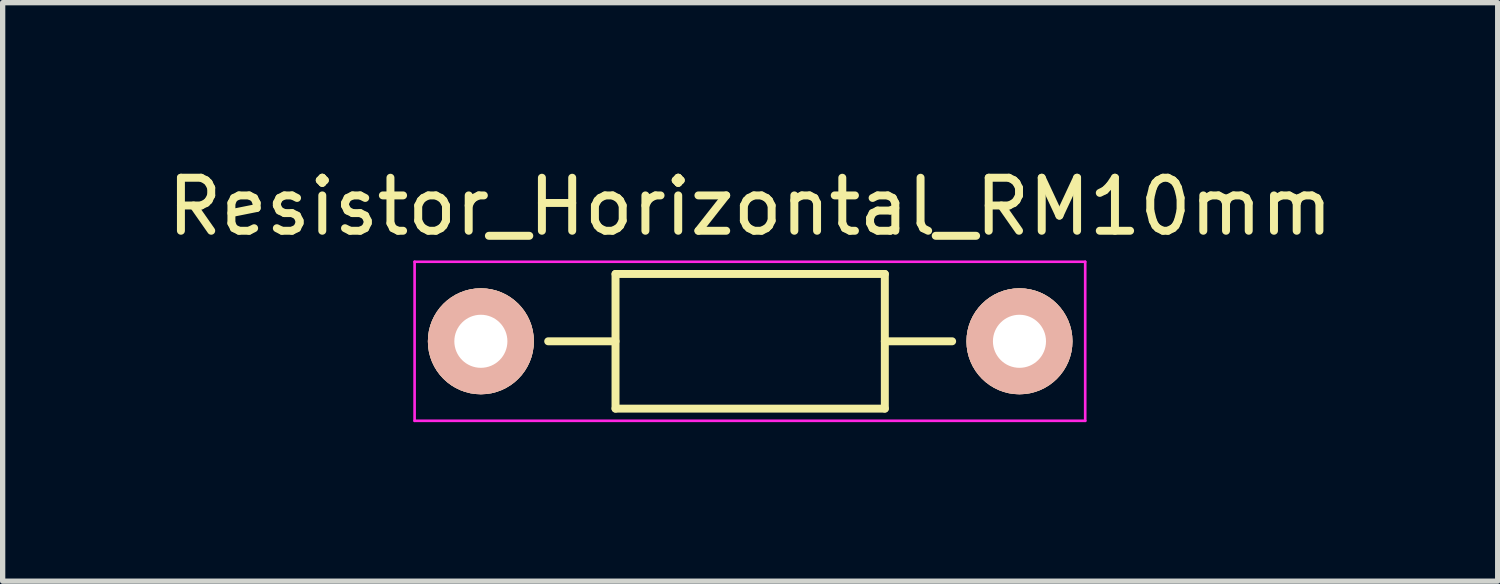
<source format=kicad_pcb>
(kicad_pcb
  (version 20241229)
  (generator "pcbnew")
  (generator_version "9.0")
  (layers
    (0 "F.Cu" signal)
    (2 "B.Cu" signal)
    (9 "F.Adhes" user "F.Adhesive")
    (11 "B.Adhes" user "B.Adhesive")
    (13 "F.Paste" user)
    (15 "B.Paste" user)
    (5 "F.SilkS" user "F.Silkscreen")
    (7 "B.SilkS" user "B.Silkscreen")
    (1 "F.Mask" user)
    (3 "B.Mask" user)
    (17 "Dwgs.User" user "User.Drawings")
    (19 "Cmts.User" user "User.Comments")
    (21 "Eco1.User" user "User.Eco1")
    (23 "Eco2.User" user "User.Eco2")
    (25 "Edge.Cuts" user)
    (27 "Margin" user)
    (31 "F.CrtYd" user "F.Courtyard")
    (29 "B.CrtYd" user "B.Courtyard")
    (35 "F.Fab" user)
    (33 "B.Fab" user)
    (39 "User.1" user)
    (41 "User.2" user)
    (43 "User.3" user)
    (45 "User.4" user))
  (footprint "Resistor_Horizontal_RM10mm"
    (layer "F.Cu")
    (at 6.021 3.388)
    (property "Reference" "Resistor_Horizontal_RM10mm" (at 5.08 -2.54 0) (layer "F.SilkS") (effects (font (size 1 1) (thickness 0.15))))
    (attr through_hole)
    (fp_line (start 2.54 -1.27) (end 7.62 -1.27) (stroke (width 0.15) (type solid)) (layer "F.SilkS"))
    (fp_line (start 2.54 0) (end 1.27 0) (stroke (width 0.15) (type solid)) (layer "F.SilkS"))
    (fp_line (start 2.54 1.27) (end 2.54 -1.27) (stroke (width 0.15) (type solid)) (layer "F.SilkS"))
    (fp_line (start 7.62 -1.27) (end 7.62 1.27) (stroke (width 0.15) (type solid)) (layer "F.SilkS"))
    (fp_line (start 7.62 0) (end 8.89 0) (stroke (width 0.15) (type solid)) (layer "F.SilkS"))
    (fp_line (start 7.62 1.27) (end 2.54 1.27) (stroke (width 0.15) (type solid)) (layer "F.SilkS"))
    (fp_line (start -1.25 -1.5) (end 11.4 -1.5) (stroke (width 0.05) (type solid)) (layer "F.CrtYd"))
    (fp_line (start -1.25 1.5) (end -1.25 -1.5) (stroke (width 0.05) (type solid)) (layer "F.CrtYd"))
    (fp_line (start -1.25 1.5) (end 11.4 1.5) (stroke (width 0.05) (type solid)) (layer "F.CrtYd"))
    (fp_line (start 11.4 -1.5) (end 11.4 1.5) (stroke (width 0.05) (type solid)) (layer "F.CrtYd"))
    (pad "1" thru_hole circle (at 0 0) (size 1.999 1.999) (drill 1.001) (layers "*.Cu" "*.SilkS" "*.Mask"))
    (pad "2" thru_hole circle (at 10.16 0) (size 1.999 1.999) (drill 1.001) (layers "*.Cu" "*.SilkS" "*.Mask")))
  (gr_rect
    (start -3 -3)
    (end 25.202 7.913)
    (stroke (width 0.1) (type default))
    (fill no)
    (layer "Edge.Cuts")))
</source>
